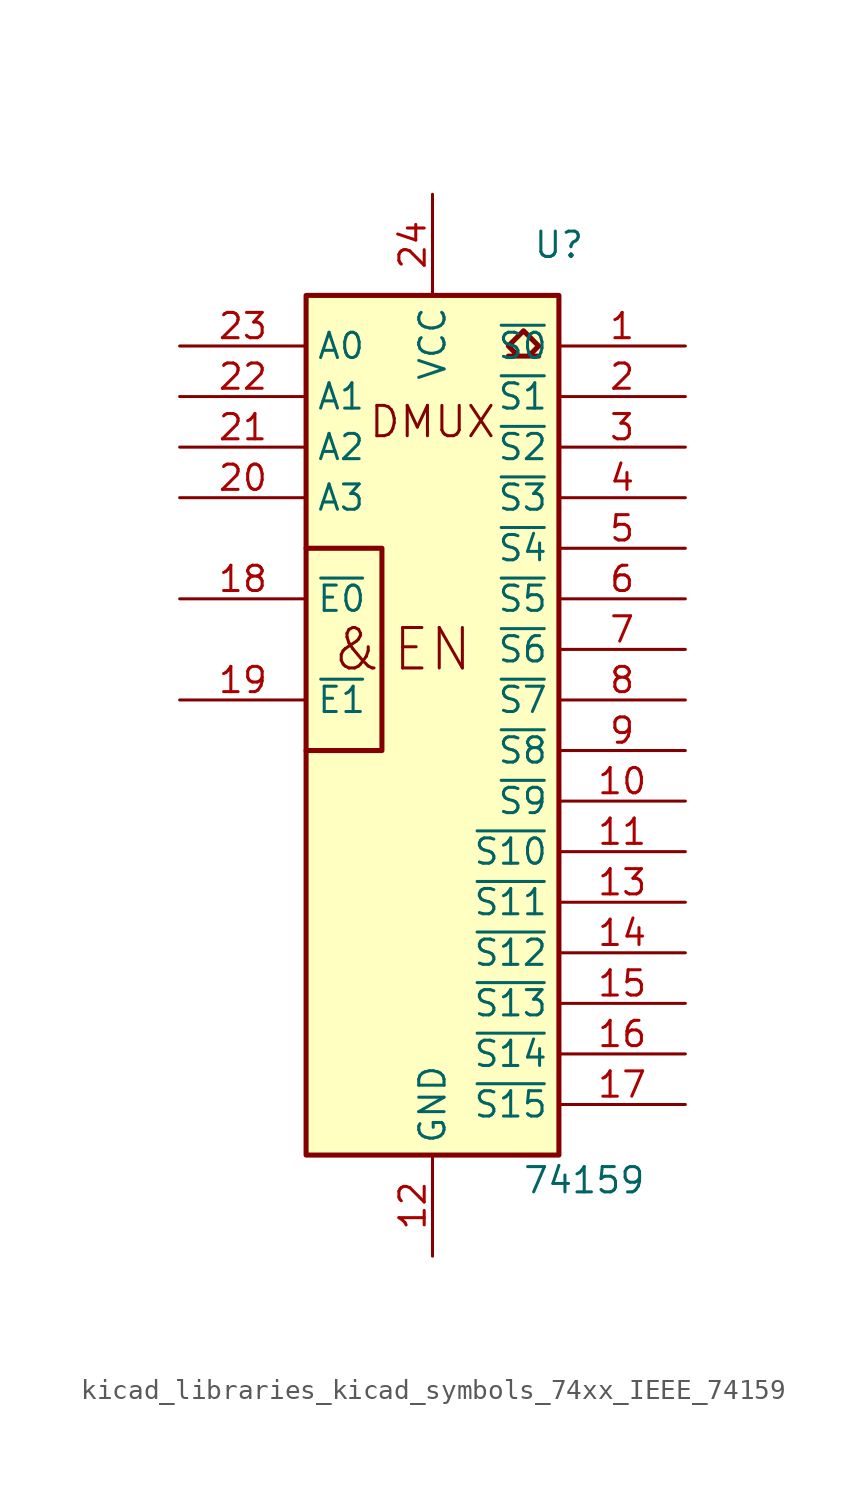
<source format=kicad_sym>
(kicad_symbol_lib
  (version 20220914)
  (generator kicad_symbol_editor)
  (symbol "kicad_libraries_kicad_symbols_74xx_IEEE_74159"
    (property "Reference" "U"
      (at 6.35 25.4 0)
      (effects (font (size 1.27 1.27))))
    (property "Value" "74159"
      (at 7.62 -21.59 0)
      (effects (font (size 1.27 1.27))))
    (symbol "kicad_libraries_kicad_symbols_74xx_IEEE_74159_0_0"
      (rectangle (start -6.35 22.86) (end 6.35 -20.32) (stroke (width 0.254) (type default)) (fill (type background)))
      (polyline (pts (xy -6.35 10.16) (xy -2.54 10.16) (xy -2.54 0) (xy -6.35 0) (xy -6.35 0)) (stroke (width 0.254) (type default)) (fill (type background)))
      (polyline (pts (xy 4.572 21.082) (xy 3.81 20.32) (xy 4.318 19.812) (xy 3.81 19.812) (xy 5.334 19.812) (xy 4.826 19.812) (xy 5.334 20.32) (xy 4.572 21.082) (xy 4.572 21.082)) (stroke (width 0.254) (type default)) (fill (type background)))
      (text "&" (at -3.81 5.08 0) (effects (font (size 2.032 2.032))))
      (text "DMUX" (at 0 16.51 0) (effects (font (size 1.524 1.524))))
      (text "EN" (at 0 5.08 0) (effects (font (size 2.032 2.032))))
      (pin power_in line (at 0 -25.4 90) (length 5.08) (name "GND" (effects (font (size 1.27 1.27)))) (number "12" (effects (font (size 1.27 1.27)))))
      (pin power_in line (at 0 27.94 270) (length 5.08) (name "VCC" (effects (font (size 1.27 1.27)))) (number "24" (effects (font (size 1.27 1.27))))))
    (symbol "kicad_libraries_kicad_symbols_74xx_IEEE_74159_1_1"
      (pin open_collector line (at 12.7 20.32 180) (length 6.35) (name "~{S0}" (effects (font (size 1.27 1.27)))) (number "1" (effects (font (size 1.27 1.27)))))
      (pin open_collector line (at 12.7 -2.54 180) (length 6.35) (name "~{S9}" (effects (font (size 1.27 1.27)))) (number "10" (effects (font (size 1.27 1.27)))))
      (pin open_collector line (at 12.7 -5.08 180) (length 6.35) (name "~{S10}" (effects (font (size 1.27 1.27)))) (number "11" (effects (font (size 1.27 1.27)))))
      (pin open_collector line (at 12.7 -7.62 180) (length 6.35) (name "~{S11}" (effects (font (size 1.27 1.27)))) (number "13" (effects (font (size 1.27 1.27)))))
      (pin open_collector line (at 12.7 -10.16 180) (length 6.35) (name "~{S12}" (effects (font (size 1.27 1.27)))) (number "14" (effects (font (size 1.27 1.27)))))
      (pin open_collector line (at 12.7 -12.7 180) (length 6.35) (name "~{S13}" (effects (font (size 1.27 1.27)))) (number "15" (effects (font (size 1.27 1.27)))))
      (pin open_collector line (at 12.7 -15.24 180) (length 6.35) (name "~{S14}" (effects (font (size 1.27 1.27)))) (number "16" (effects (font (size 1.27 1.27)))))
      (pin open_collector line (at 12.7 -17.78 180) (length 6.35) (name "~{S15}" (effects (font (size 1.27 1.27)))) (number "17" (effects (font (size 1.27 1.27)))))
      (pin input line (at -12.7 7.62 0) (length 6.35) (name "~{E0}" (effects (font (size 1.27 1.27)))) (number "18" (effects (font (size 1.27 1.27)))))
      (pin input line (at -12.7 2.54 0) (length 6.35) (name "~{E1}" (effects (font (size 1.27 1.27)))) (number "19" (effects (font (size 1.27 1.27)))))
      (pin open_collector line (at 12.7 17.78 180) (length 6.35) (name "~{S1}" (effects (font (size 1.27 1.27)))) (number "2" (effects (font (size 1.27 1.27)))))
      (pin input line (at -12.7 12.7 0) (length 6.35) (name "A3" (effects (font (size 1.27 1.27)))) (number "20" (effects (font (size 1.27 1.27)))))
      (pin input line (at -12.7 15.24 0) (length 6.35) (name "A2" (effects (font (size 1.27 1.27)))) (number "21" (effects (font (size 1.27 1.27)))))
      (pin input line (at -12.7 17.78 0) (length 6.35) (name "A1" (effects (font (size 1.27 1.27)))) (number "22" (effects (font (size 1.27 1.27)))))
      (pin input line (at -12.7 20.32 0) (length 6.35) (name "A0" (effects (font (size 1.27 1.27)))) (number "23" (effects (font (size 1.27 1.27)))))
      (pin open_collector line (at 12.7 15.24 180) (length 6.35) (name "~{S2}" (effects (font (size 1.27 1.27)))) (number "3" (effects (font (size 1.27 1.27)))))
      (pin open_collector line (at 12.7 12.7 180) (length 6.35) (name "~{S3}" (effects (font (size 1.27 1.27)))) (number "4" (effects (font (size 1.27 1.27)))))
      (pin open_collector line (at 12.7 10.16 180) (length 6.35) (name "~{S4}" (effects (font (size 1.27 1.27)))) (number "5" (effects (font (size 1.27 1.27)))))
      (pin open_collector line (at 12.7 7.62 180) (length 6.35) (name "~{S5}" (effects (font (size 1.27 1.27)))) (number "6" (effects (font (size 1.27 1.27)))))
      (pin open_collector line (at 12.7 5.08 180) (length 6.35) (name "~{S6}" (effects (font (size 1.27 1.27)))) (number "7" (effects (font (size 1.27 1.27)))))
      (pin open_collector line (at 12.7 2.54 180) (length 6.35) (name "~{S7}" (effects (font (size 1.27 1.27)))) (number "8" (effects (font (size 1.27 1.27)))))
      (pin open_collector line (at 12.7 0 180) (length 6.35) (name "~{S8}" (effects (font (size 1.27 1.27)))) (number "9" (effects (font (size 1.27 1.27))))))))
</source>
